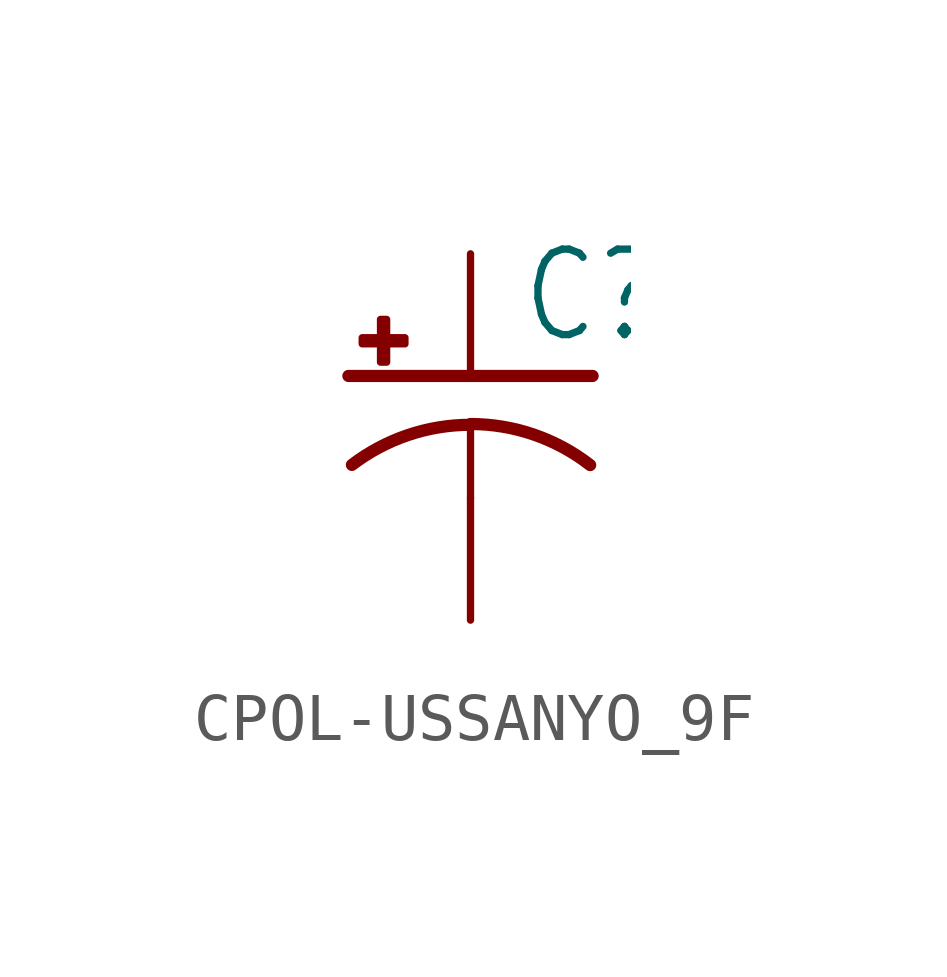
<source format=kicad_sym>
(kicad_symbol_lib
  (version 20231120)
  (generator "kicad_symbol_editor")
  (generator_version "8.0")
  (symbol "CPOL-USSANYO_9F"
    (property "Reference" "C"
      (at 1.016 0.635 0)
      (effects (font (size 1.778 1.511)) (justify left bottom)))
    (property "Value" ""
      (at 1.016 -4.191 0)
      (effects (font (size 1.778 1.511)) (justify left bottom)))
    (property "ki_locked" ""
      (at 0 0 0)
      (effects (font (size 1.27 1.27))))
    (symbol "CPOL-USSANYO_9F_1_0"
      (rectangle (start -2.253 0.668) (end -1.364 0.795) (stroke (width 0) (type default)) (fill (type outline)))
      (rectangle (start -1.872 0.287) (end -1.745 1.176) (stroke (width 0) (type default)) (fill (type outline)))
      (arc (start 0 -1.0161) (mid -1.3021 -1.2303) (end -2.4669 -1.8504) (stroke (width 0.254) (type solid)) (fill (type none)))
      (polyline (pts (xy -2.54 0) (xy 2.54 0)) (stroke (width 0.254) (type solid)) (fill (type none)))
      (polyline (pts (xy 0 -1.016) (xy 0 -2.54)) (stroke (width 0.152) (type solid)) (fill (type none)))
      (arc (start 2.4892 -1.8541) (mid 1.3158 -1.2194) (end 0 -1) (stroke (width 0.254) (type solid)) (fill (type none)))
      (pin passive line (at 0 2.54 270) (length 2.54) (name "+" (effects (font (size 0 0)))) (number "+" (effects (font (size 0 0)))))
      (pin passive line (at 0 -5.08 90) (length 2.54) (name "-" (effects (font (size 0 0)))) (number "-" (effects (font (size 0 0))))))))
</source>
